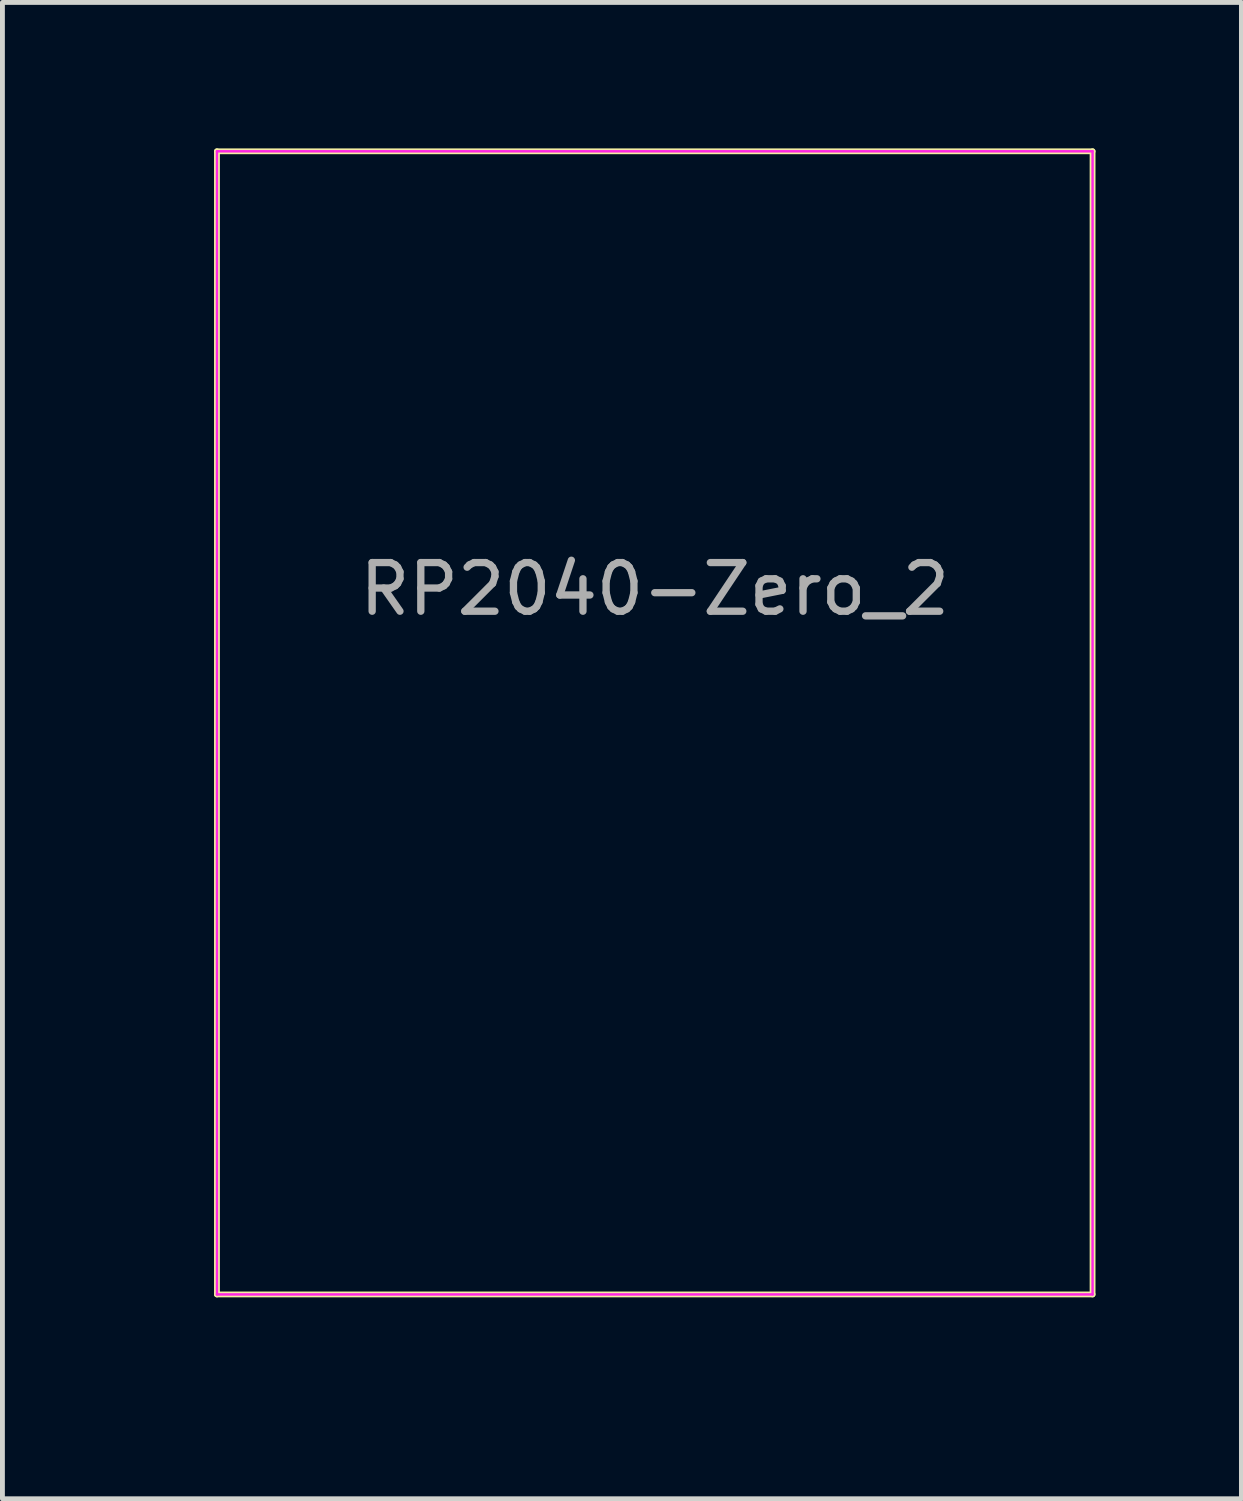
<source format=kicad_pcb>
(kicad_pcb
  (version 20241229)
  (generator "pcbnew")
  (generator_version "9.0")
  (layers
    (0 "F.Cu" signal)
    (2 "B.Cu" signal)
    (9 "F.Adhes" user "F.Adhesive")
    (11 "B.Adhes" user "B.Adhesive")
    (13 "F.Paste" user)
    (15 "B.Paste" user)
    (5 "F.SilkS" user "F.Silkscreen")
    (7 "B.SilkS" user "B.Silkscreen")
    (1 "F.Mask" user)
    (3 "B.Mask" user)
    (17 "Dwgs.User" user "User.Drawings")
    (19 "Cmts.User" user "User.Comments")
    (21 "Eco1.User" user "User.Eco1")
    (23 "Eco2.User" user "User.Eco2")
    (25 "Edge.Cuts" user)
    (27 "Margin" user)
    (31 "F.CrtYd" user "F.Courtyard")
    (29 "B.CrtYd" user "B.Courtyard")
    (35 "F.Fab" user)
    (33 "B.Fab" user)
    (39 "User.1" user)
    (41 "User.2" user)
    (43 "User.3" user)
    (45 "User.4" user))
  (footprint "RP2040-Zero_2"
    (layer "F.Cu")
    (at 0.25 24.51)
    (property "Reference" "RP2040-Zero_2" (at 10.16 -15.45 0) (unlocked yes) (layer "F.Fab") (effects (font (size 1 1) (thickness 0.15))))
    (attr through_hole)
    (fp_line (start 1.16 -24.45) (end 1.16 -0.95) (stroke (width 0.12) (type solid)) (layer "F.SilkS"))
    (fp_line (start 1.16 -0.95) (end 19.16 -0.95) (stroke (width 0.12) (type solid)) (layer "F.SilkS"))
    (fp_line (start 19.16 -24.45) (end 1.16 -24.45) (stroke (width 0.12) (type solid)) (layer "F.SilkS"))
    (fp_line (start 19.16 -0.95) (end 19.16 -24.45) (stroke (width 0.12) (type solid)) (layer "F.SilkS"))
    (fp_line (start 1.16 -24.45) (end 19.16 -24.45) (stroke (width 0.05) (type solid)) (layer "F.CrtYd"))
    (fp_line (start 1.16 -0.95) (end 1.16 -24.45) (stroke (width 0.05) (type solid)) (layer "F.CrtYd"))
    (fp_line (start 19.16 -24.45) (end 19.16 -0.95) (stroke (width 0.05) (type solid)) (layer "F.CrtYd"))
    (fp_line (start 19.16 -0.95) (end 1.16 -0.95) (stroke (width 0.05) (type solid)) (layer "F.CrtYd")))
  (gr_rect
    (start -3 -3)
    (end 22.47 27.76)
    (stroke (width 0.1) (type default))
    (fill no)
    (layer "Edge.Cuts")))
</source>
